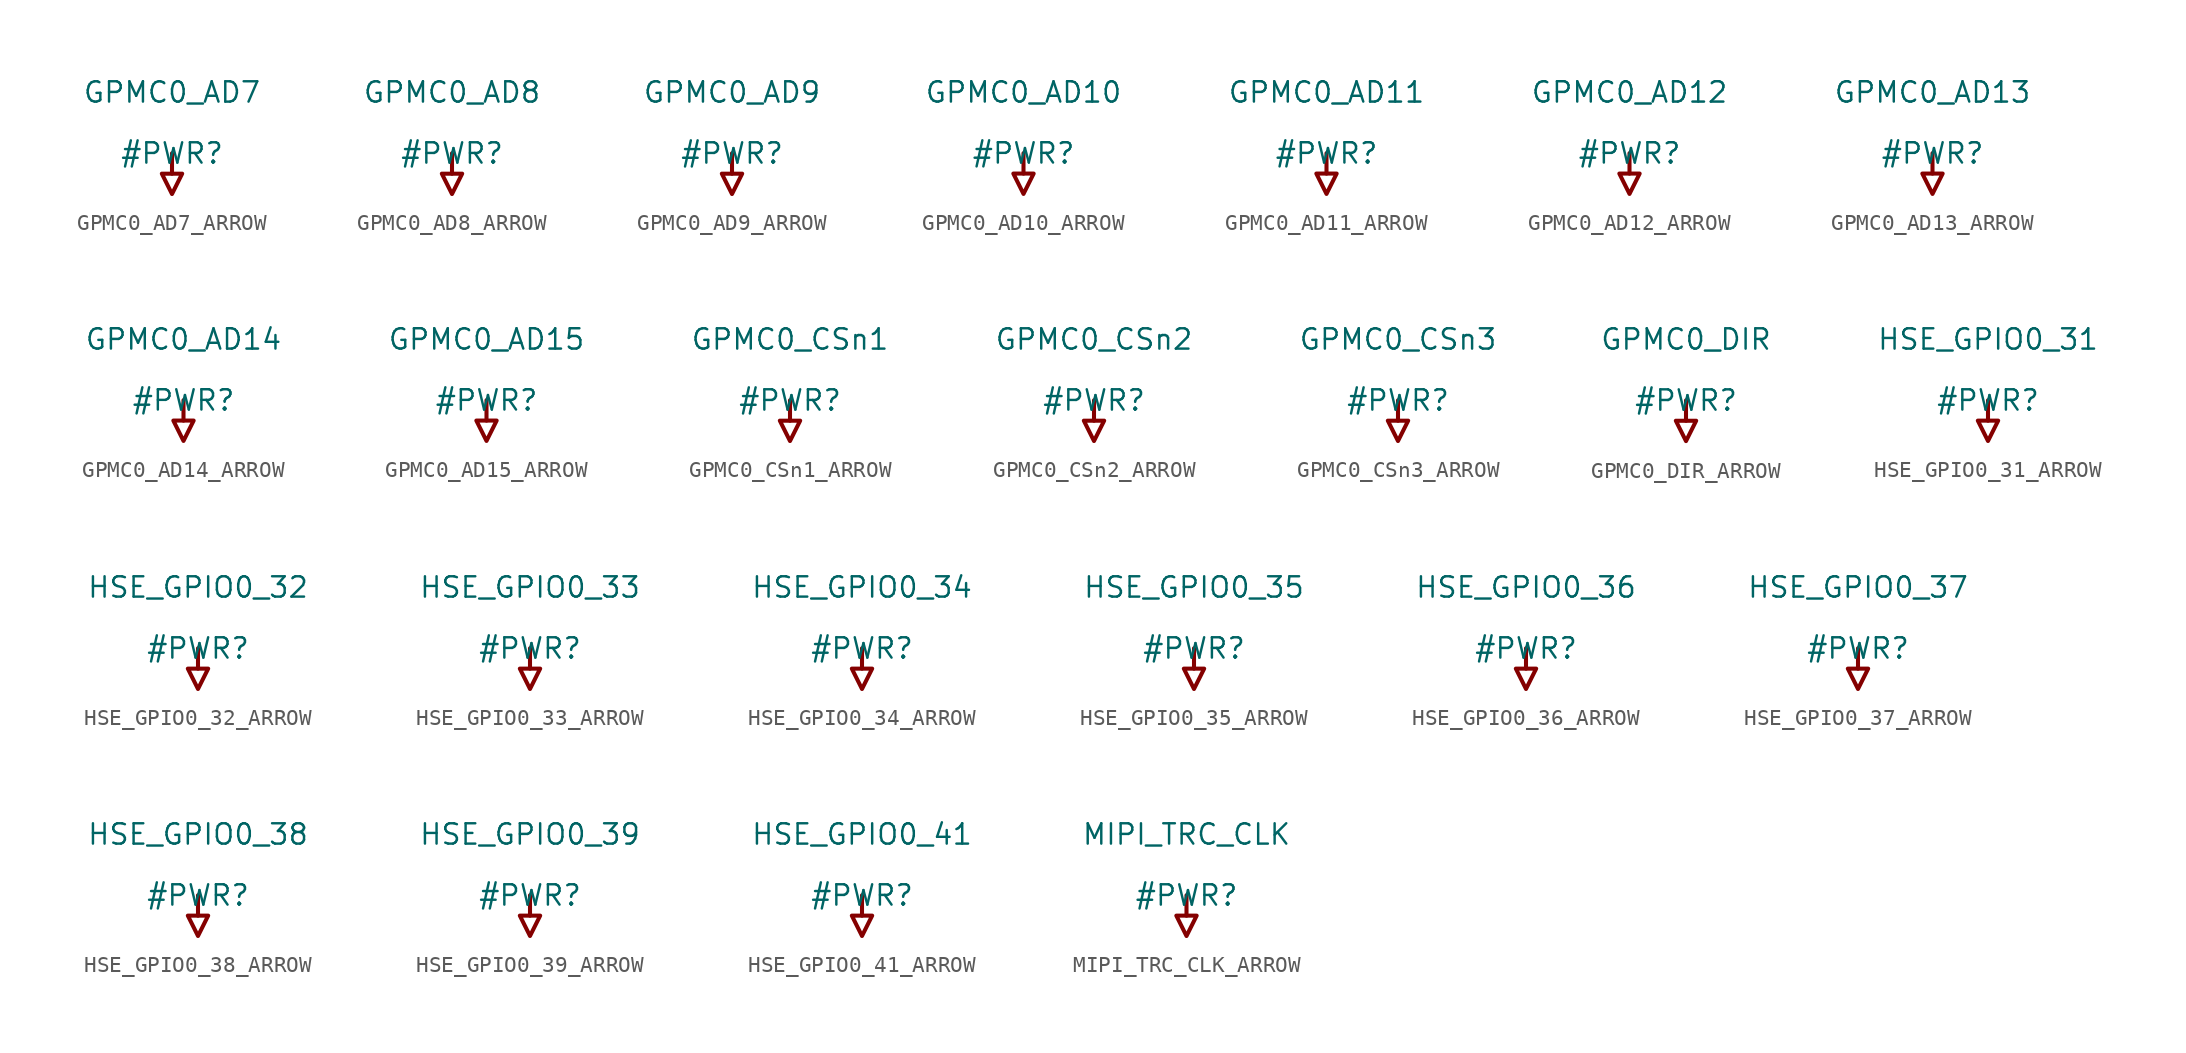
<source format=kicad_sym>
(kicad_symbol_lib
  (version 20231120)
  (generator "kicad_symbol_editor")
  (generator_version "8.0")
  (symbol "GPMC0_AD7_ARROW"
    (power)
    (property "Reference" "#PWR"
      (at 0 0 0)
      (effects (font (size 1.27 1.27))))
    (property "Value" "GPMC0_AD7"
      (at 0 3.81 0)
      (effects (font (size 1.27 1.27))))
    (symbol "GPMC0_AD7_ARROW_0_0"
      (polyline (pts (xy 0 0) (xy 0 -1.27)) (stroke (width 0.254) (type solid)) (fill (type none)))
      (polyline (pts (xy -0.635 -1.27) (xy 0.635 -1.27) (xy 0 -2.54) (xy -0.635 -1.27)) (stroke (width 0.254) (type solid)) (fill (type none)))
      (pin power_in line (at 0 0 0) (length 0) hide (name "GPMC0_AD7" (effects (font (size 1.27 1.27)))) (number "" (effects (font (size 1.27 1.27)))))))
  (symbol "GPMC0_AD8_ARROW"
    (power)
    (property "Reference" "#PWR"
      (at 0 0 0)
      (effects (font (size 1.27 1.27))))
    (property "Value" "GPMC0_AD8"
      (at 0 3.81 0)
      (effects (font (size 1.27 1.27))))
    (symbol "GPMC0_AD8_ARROW_0_0"
      (polyline (pts (xy 0 0) (xy 0 -1.27)) (stroke (width 0.254) (type solid)) (fill (type none)))
      (polyline (pts (xy -0.635 -1.27) (xy 0.635 -1.27) (xy 0 -2.54) (xy -0.635 -1.27)) (stroke (width 0.254) (type solid)) (fill (type none)))
      (pin power_in line (at 0 0 0) (length 0) hide (name "GPMC0_AD8" (effects (font (size 1.27 1.27)))) (number "" (effects (font (size 1.27 1.27)))))))
  (symbol "GPMC0_AD9_ARROW"
    (power)
    (property "Reference" "#PWR"
      (at 0 0 0)
      (effects (font (size 1.27 1.27))))
    (property "Value" "GPMC0_AD9"
      (at 0 3.81 0)
      (effects (font (size 1.27 1.27))))
    (symbol "GPMC0_AD9_ARROW_0_0"
      (polyline (pts (xy 0 0) (xy 0 -1.27)) (stroke (width 0.254) (type solid)) (fill (type none)))
      (polyline (pts (xy -0.635 -1.27) (xy 0.635 -1.27) (xy 0 -2.54) (xy -0.635 -1.27)) (stroke (width 0.254) (type solid)) (fill (type none)))
      (pin power_in line (at 0 0 0) (length 0) hide (name "GPMC0_AD9" (effects (font (size 1.27 1.27)))) (number "" (effects (font (size 1.27 1.27)))))))
  (symbol "GPMC0_AD10_ARROW"
    (power)
    (property "Reference" "#PWR"
      (at 0 0 0)
      (effects (font (size 1.27 1.27))))
    (property "Value" "GPMC0_AD10"
      (at 0 3.81 0)
      (effects (font (size 1.27 1.27))))
    (symbol "GPMC0_AD10_ARROW_0_0"
      (polyline (pts (xy 0 0) (xy 0 -1.27)) (stroke (width 0.254) (type solid)) (fill (type none)))
      (polyline (pts (xy -0.635 -1.27) (xy 0.635 -1.27) (xy 0 -2.54) (xy -0.635 -1.27)) (stroke (width 0.254) (type solid)) (fill (type none)))
      (pin power_in line (at 0 0 0) (length 0) hide (name "GPMC0_AD10" (effects (font (size 1.27 1.27)))) (number "" (effects (font (size 1.27 1.27)))))))
  (symbol "GPMC0_AD11_ARROW"
    (power)
    (property "Reference" "#PWR"
      (at 0 0 0)
      (effects (font (size 1.27 1.27))))
    (property "Value" "GPMC0_AD11"
      (at 0 3.81 0)
      (effects (font (size 1.27 1.27))))
    (symbol "GPMC0_AD11_ARROW_0_0"
      (polyline (pts (xy 0 0) (xy 0 -1.27)) (stroke (width 0.254) (type solid)) (fill (type none)))
      (polyline (pts (xy -0.635 -1.27) (xy 0.635 -1.27) (xy 0 -2.54) (xy -0.635 -1.27)) (stroke (width 0.254) (type solid)) (fill (type none)))
      (pin power_in line (at 0 0 0) (length 0) hide (name "GPMC0_AD11" (effects (font (size 1.27 1.27)))) (number "" (effects (font (size 1.27 1.27)))))))
  (symbol "GPMC0_AD12_ARROW"
    (power)
    (property "Reference" "#PWR"
      (at 0 0 0)
      (effects (font (size 1.27 1.27))))
    (property "Value" "GPMC0_AD12"
      (at 0 3.81 0)
      (effects (font (size 1.27 1.27))))
    (symbol "GPMC0_AD12_ARROW_0_0"
      (polyline (pts (xy 0 0) (xy 0 -1.27)) (stroke (width 0.254) (type solid)) (fill (type none)))
      (polyline (pts (xy -0.635 -1.27) (xy 0.635 -1.27) (xy 0 -2.54) (xy -0.635 -1.27)) (stroke (width 0.254) (type solid)) (fill (type none)))
      (pin power_in line (at 0 0 0) (length 0) hide (name "GPMC0_AD12" (effects (font (size 1.27 1.27)))) (number "" (effects (font (size 1.27 1.27)))))))
  (symbol "GPMC0_AD13_ARROW"
    (power)
    (property "Reference" "#PWR"
      (at 0 0 0)
      (effects (font (size 1.27 1.27))))
    (property "Value" "GPMC0_AD13"
      (at 0 3.81 0)
      (effects (font (size 1.27 1.27))))
    (symbol "GPMC0_AD13_ARROW_0_0"
      (polyline (pts (xy 0 0) (xy 0 -1.27)) (stroke (width 0.254) (type solid)) (fill (type none)))
      (polyline (pts (xy -0.635 -1.27) (xy 0.635 -1.27) (xy 0 -2.54) (xy -0.635 -1.27)) (stroke (width 0.254) (type solid)) (fill (type none)))
      (pin power_in line (at 0 0 0) (length 0) hide (name "GPMC0_AD13" (effects (font (size 1.27 1.27)))) (number "" (effects (font (size 1.27 1.27)))))))
  (symbol "GPMC0_AD14_ARROW"
    (power)
    (property "Reference" "#PWR"
      (at 0 0 0)
      (effects (font (size 1.27 1.27))))
    (property "Value" "GPMC0_AD14"
      (at 0 3.81 0)
      (effects (font (size 1.27 1.27))))
    (symbol "GPMC0_AD14_ARROW_0_0"
      (polyline (pts (xy 0 0) (xy 0 -1.27)) (stroke (width 0.254) (type solid)) (fill (type none)))
      (polyline (pts (xy -0.635 -1.27) (xy 0.635 -1.27) (xy 0 -2.54) (xy -0.635 -1.27)) (stroke (width 0.254) (type solid)) (fill (type none)))
      (pin power_in line (at 0 0 0) (length 0) hide (name "GPMC0_AD14" (effects (font (size 1.27 1.27)))) (number "" (effects (font (size 1.27 1.27)))))))
  (symbol "GPMC0_AD15_ARROW"
    (power)
    (property "Reference" "#PWR"
      (at 0 0 0)
      (effects (font (size 1.27 1.27))))
    (property "Value" "GPMC0_AD15"
      (at 0 3.81 0)
      (effects (font (size 1.27 1.27))))
    (symbol "GPMC0_AD15_ARROW_0_0"
      (polyline (pts (xy 0 0) (xy 0 -1.27)) (stroke (width 0.254) (type solid)) (fill (type none)))
      (polyline (pts (xy -0.635 -1.27) (xy 0.635 -1.27) (xy 0 -2.54) (xy -0.635 -1.27)) (stroke (width 0.254) (type solid)) (fill (type none)))
      (pin power_in line (at 0 0 0) (length 0) hide (name "GPMC0_AD15" (effects (font (size 1.27 1.27)))) (number "" (effects (font (size 1.27 1.27)))))))
  (symbol "GPMC0_CSn1_ARROW"
    (power)
    (property "Reference" "#PWR"
      (at 0 0 0)
      (effects (font (size 1.27 1.27))))
    (property "Value" "GPMC0_CSn1"
      (at 0 3.81 0)
      (effects (font (size 1.27 1.27))))
    (symbol "GPMC0_CSn1_ARROW_0_0"
      (polyline (pts (xy 0 0) (xy 0 -1.27)) (stroke (width 0.254) (type solid)) (fill (type none)))
      (polyline (pts (xy -0.635 -1.27) (xy 0.635 -1.27) (xy 0 -2.54) (xy -0.635 -1.27)) (stroke (width 0.254) (type solid)) (fill (type none)))
      (pin power_in line (at 0 0 0) (length 0) hide (name "GPMC0_CSn1" (effects (font (size 1.27 1.27)))) (number "" (effects (font (size 1.27 1.27)))))))
  (symbol "GPMC0_CSn2_ARROW"
    (power)
    (property "Reference" "#PWR"
      (at 0 0 0)
      (effects (font (size 1.27 1.27))))
    (property "Value" "GPMC0_CSn2"
      (at 0 3.81 0)
      (effects (font (size 1.27 1.27))))
    (symbol "GPMC0_CSn2_ARROW_0_0"
      (polyline (pts (xy 0 0) (xy 0 -1.27)) (stroke (width 0.254) (type solid)) (fill (type none)))
      (polyline (pts (xy -0.635 -1.27) (xy 0.635 -1.27) (xy 0 -2.54) (xy -0.635 -1.27)) (stroke (width 0.254) (type solid)) (fill (type none)))
      (pin power_in line (at 0 0 0) (length 0) hide (name "GPMC0_CSn2" (effects (font (size 1.27 1.27)))) (number "" (effects (font (size 1.27 1.27)))))))
  (symbol "GPMC0_CSn3_ARROW"
    (power)
    (property "Reference" "#PWR"
      (at 0 0 0)
      (effects (font (size 1.27 1.27))))
    (property "Value" "GPMC0_CSn3"
      (at 0 3.81 0)
      (effects (font (size 1.27 1.27))))
    (symbol "GPMC0_CSn3_ARROW_0_0"
      (polyline (pts (xy 0 0) (xy 0 -1.27)) (stroke (width 0.254) (type solid)) (fill (type none)))
      (polyline (pts (xy -0.635 -1.27) (xy 0.635 -1.27) (xy 0 -2.54) (xy -0.635 -1.27)) (stroke (width 0.254) (type solid)) (fill (type none)))
      (pin power_in line (at 0 0 0) (length 0) hide (name "GPMC0_CSn3" (effects (font (size 1.27 1.27)))) (number "" (effects (font (size 1.27 1.27)))))))
  (symbol "GPMC0_DIR_ARROW"
    (power)
    (property "Reference" "#PWR"
      (at 0 0 0)
      (effects (font (size 1.27 1.27))))
    (property "Value" "GPMC0_DIR"
      (at 0 3.81 0)
      (effects (font (size 1.27 1.27))))
    (symbol "GPMC0_DIR_ARROW_0_0"
      (polyline (pts (xy 0 0) (xy 0 -1.27)) (stroke (width 0.254) (type solid)) (fill (type none)))
      (polyline (pts (xy -0.635 -1.27) (xy 0.635 -1.27) (xy 0 -2.54) (xy -0.635 -1.27)) (stroke (width 0.254) (type solid)) (fill (type none)))
      (pin power_in line (at 0 0 0) (length 0) hide (name "GPMC0_DIR" (effects (font (size 1.27 1.27)))) (number "" (effects (font (size 1.27 1.27)))))))
  (symbol "HSE_GPIO0_31_ARROW"
    (power)
    (property "Reference" "#PWR"
      (at 0 0 0)
      (effects (font (size 1.27 1.27))))
    (property "Value" "HSE_GPIO0_31"
      (at 0 3.81 0)
      (effects (font (size 1.27 1.27))))
    (symbol "HSE_GPIO0_31_ARROW_0_0"
      (polyline (pts (xy 0 0) (xy 0 -1.27)) (stroke (width 0.254) (type solid)) (fill (type none)))
      (polyline (pts (xy -0.635 -1.27) (xy 0.635 -1.27) (xy 0 -2.54) (xy -0.635 -1.27)) (stroke (width 0.254) (type solid)) (fill (type none)))
      (pin power_in line (at 0 0 0) (length 0) hide (name "HSE_GPIO0_31" (effects (font (size 1.27 1.27)))) (number "" (effects (font (size 1.27 1.27)))))))
  (symbol "HSE_GPIO0_32_ARROW"
    (power)
    (property "Reference" "#PWR"
      (at 0 0 0)
      (effects (font (size 1.27 1.27))))
    (property "Value" "HSE_GPIO0_32"
      (at 0 3.81 0)
      (effects (font (size 1.27 1.27))))
    (symbol "HSE_GPIO0_32_ARROW_0_0"
      (polyline (pts (xy 0 0) (xy 0 -1.27)) (stroke (width 0.254) (type solid)) (fill (type none)))
      (polyline (pts (xy -0.635 -1.27) (xy 0.635 -1.27) (xy 0 -2.54) (xy -0.635 -1.27)) (stroke (width 0.254) (type solid)) (fill (type none)))
      (pin power_in line (at 0 0 0) (length 0) hide (name "HSE_GPIO0_32" (effects (font (size 1.27 1.27)))) (number "" (effects (font (size 1.27 1.27)))))))
  (symbol "HSE_GPIO0_33_ARROW"
    (power)
    (property "Reference" "#PWR"
      (at 0 0 0)
      (effects (font (size 1.27 1.27))))
    (property "Value" "HSE_GPIO0_33"
      (at 0 3.81 0)
      (effects (font (size 1.27 1.27))))
    (symbol "HSE_GPIO0_33_ARROW_0_0"
      (polyline (pts (xy 0 0) (xy 0 -1.27)) (stroke (width 0.254) (type solid)) (fill (type none)))
      (polyline (pts (xy -0.635 -1.27) (xy 0.635 -1.27) (xy 0 -2.54) (xy -0.635 -1.27)) (stroke (width 0.254) (type solid)) (fill (type none)))
      (pin power_in line (at 0 0 0) (length 0) hide (name "HSE_GPIO0_33" (effects (font (size 1.27 1.27)))) (number "" (effects (font (size 1.27 1.27)))))))
  (symbol "HSE_GPIO0_34_ARROW"
    (power)
    (property "Reference" "#PWR"
      (at 0 0 0)
      (effects (font (size 1.27 1.27))))
    (property "Value" "HSE_GPIO0_34"
      (at 0 3.81 0)
      (effects (font (size 1.27 1.27))))
    (symbol "HSE_GPIO0_34_ARROW_0_0"
      (polyline (pts (xy 0 0) (xy 0 -1.27)) (stroke (width 0.254) (type solid)) (fill (type none)))
      (polyline (pts (xy -0.635 -1.27) (xy 0.635 -1.27) (xy 0 -2.54) (xy -0.635 -1.27)) (stroke (width 0.254) (type solid)) (fill (type none)))
      (pin power_in line (at 0 0 0) (length 0) hide (name "HSE_GPIO0_34" (effects (font (size 1.27 1.27)))) (number "" (effects (font (size 1.27 1.27)))))))
  (symbol "HSE_GPIO0_35_ARROW"
    (power)
    (property "Reference" "#PWR"
      (at 0 0 0)
      (effects (font (size 1.27 1.27))))
    (property "Value" "HSE_GPIO0_35"
      (at 0 3.81 0)
      (effects (font (size 1.27 1.27))))
    (symbol "HSE_GPIO0_35_ARROW_0_0"
      (polyline (pts (xy 0 0) (xy 0 -1.27)) (stroke (width 0.254) (type solid)) (fill (type none)))
      (polyline (pts (xy -0.635 -1.27) (xy 0.635 -1.27) (xy 0 -2.54) (xy -0.635 -1.27)) (stroke (width 0.254) (type solid)) (fill (type none)))
      (pin power_in line (at 0 0 0) (length 0) hide (name "HSE_GPIO0_35" (effects (font (size 1.27 1.27)))) (number "" (effects (font (size 1.27 1.27)))))))
  (symbol "HSE_GPIO0_36_ARROW"
    (power)
    (property "Reference" "#PWR"
      (at 0 0 0)
      (effects (font (size 1.27 1.27))))
    (property "Value" "HSE_GPIO0_36"
      (at 0 3.81 0)
      (effects (font (size 1.27 1.27))))
    (symbol "HSE_GPIO0_36_ARROW_0_0"
      (polyline (pts (xy 0 0) (xy 0 -1.27)) (stroke (width 0.254) (type solid)) (fill (type none)))
      (polyline (pts (xy -0.635 -1.27) (xy 0.635 -1.27) (xy 0 -2.54) (xy -0.635 -1.27)) (stroke (width 0.254) (type solid)) (fill (type none)))
      (pin power_in line (at 0 0 0) (length 0) hide (name "HSE_GPIO0_36" (effects (font (size 1.27 1.27)))) (number "" (effects (font (size 1.27 1.27)))))))
  (symbol "HSE_GPIO0_37_ARROW"
    (power)
    (property "Reference" "#PWR"
      (at 0 0 0)
      (effects (font (size 1.27 1.27))))
    (property "Value" "HSE_GPIO0_37"
      (at 0 3.81 0)
      (effects (font (size 1.27 1.27))))
    (symbol "HSE_GPIO0_37_ARROW_0_0"
      (polyline (pts (xy 0 0) (xy 0 -1.27)) (stroke (width 0.254) (type solid)) (fill (type none)))
      (polyline (pts (xy -0.635 -1.27) (xy 0.635 -1.27) (xy 0 -2.54) (xy -0.635 -1.27)) (stroke (width 0.254) (type solid)) (fill (type none)))
      (pin power_in line (at 0 0 0) (length 0) hide (name "HSE_GPIO0_37" (effects (font (size 1.27 1.27)))) (number "" (effects (font (size 1.27 1.27)))))))
  (symbol "HSE_GPIO0_38_ARROW"
    (power)
    (property "Reference" "#PWR"
      (at 0 0 0)
      (effects (font (size 1.27 1.27))))
    (property "Value" "HSE_GPIO0_38"
      (at 0 3.81 0)
      (effects (font (size 1.27 1.27))))
    (symbol "HSE_GPIO0_38_ARROW_0_0"
      (polyline (pts (xy 0 0) (xy 0 -1.27)) (stroke (width 0.254) (type solid)) (fill (type none)))
      (polyline (pts (xy -0.635 -1.27) (xy 0.635 -1.27) (xy 0 -2.54) (xy -0.635 -1.27)) (stroke (width 0.254) (type solid)) (fill (type none)))
      (pin power_in line (at 0 0 0) (length 0) hide (name "HSE_GPIO0_38" (effects (font (size 1.27 1.27)))) (number "" (effects (font (size 1.27 1.27)))))))
  (symbol "HSE_GPIO0_39_ARROW"
    (power)
    (property "Reference" "#PWR"
      (at 0 0 0)
      (effects (font (size 1.27 1.27))))
    (property "Value" "HSE_GPIO0_39"
      (at 0 3.81 0)
      (effects (font (size 1.27 1.27))))
    (symbol "HSE_GPIO0_39_ARROW_0_0"
      (polyline (pts (xy 0 0) (xy 0 -1.27)) (stroke (width 0.254) (type solid)) (fill (type none)))
      (polyline (pts (xy -0.635 -1.27) (xy 0.635 -1.27) (xy 0 -2.54) (xy -0.635 -1.27)) (stroke (width 0.254) (type solid)) (fill (type none)))
      (pin power_in line (at 0 0 0) (length 0) hide (name "HSE_GPIO0_39" (effects (font (size 1.27 1.27)))) (number "" (effects (font (size 1.27 1.27)))))))
  (symbol "HSE_GPIO0_41_ARROW"
    (power)
    (property "Reference" "#PWR"
      (at 0 0 0)
      (effects (font (size 1.27 1.27))))
    (property "Value" "HSE_GPIO0_41"
      (at 0 3.81 0)
      (effects (font (size 1.27 1.27))))
    (symbol "HSE_GPIO0_41_ARROW_0_0"
      (polyline (pts (xy 0 0) (xy 0 -1.27)) (stroke (width 0.254) (type solid)) (fill (type none)))
      (polyline (pts (xy -0.635 -1.27) (xy 0.635 -1.27) (xy 0 -2.54) (xy -0.635 -1.27)) (stroke (width 0.254) (type solid)) (fill (type none)))
      (pin power_in line (at 0 0 0) (length 0) hide (name "HSE_GPIO0_41" (effects (font (size 1.27 1.27)))) (number "" (effects (font (size 1.27 1.27)))))))
  (symbol "MIPI_TRC_CLK_ARROW"
    (power)
    (property "Reference" "#PWR"
      (at 0 0 0)
      (effects (font (size 1.27 1.27))))
    (property "Value" "MIPI_TRC_CLK"
      (at 0 3.81 0)
      (effects (font (size 1.27 1.27))))
    (symbol "MIPI_TRC_CLK_ARROW_0_0"
      (polyline (pts (xy 0 0) (xy 0 -1.27)) (stroke (width 0.254) (type solid)) (fill (type none)))
      (polyline (pts (xy -0.635 -1.27) (xy 0.635 -1.27) (xy 0 -2.54) (xy -0.635 -1.27)) (stroke (width 0.254) (type solid)) (fill (type none)))
      (pin power_in line (at 0 0 0) (length 0) hide (name "MIPI_TRC_CLK" (effects (font (size 1.27 1.27)))) (number "" (effects (font (size 1.27 1.27))))))))
</source>
